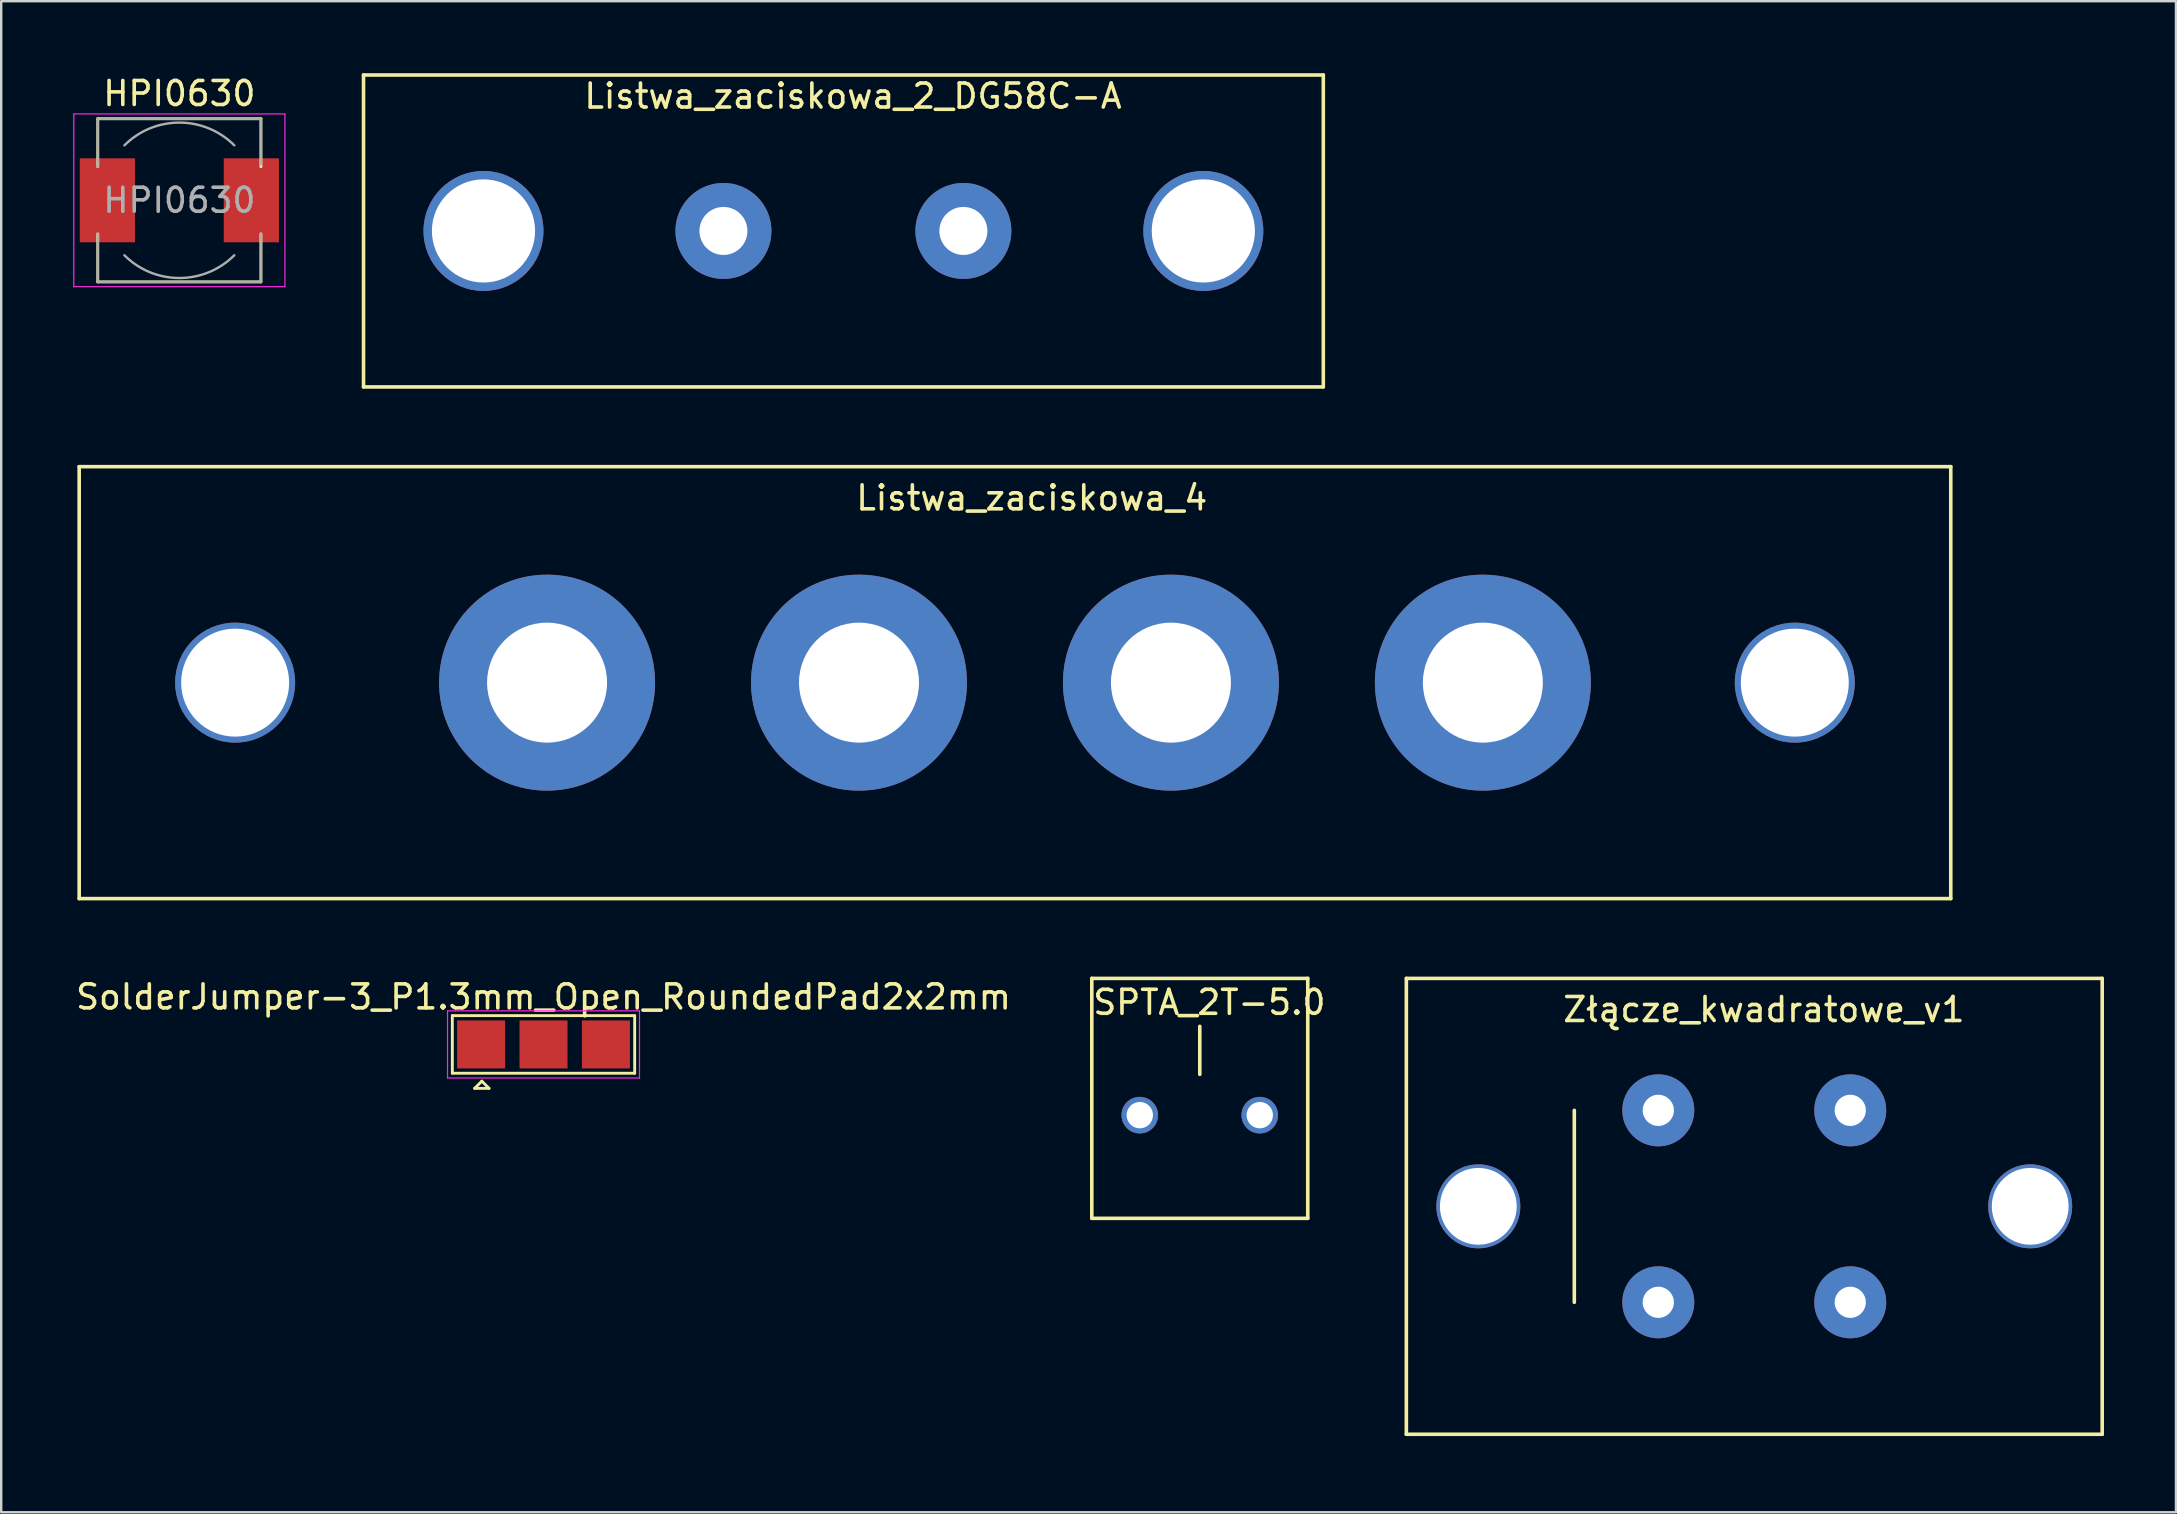
<source format=kicad_pcb>
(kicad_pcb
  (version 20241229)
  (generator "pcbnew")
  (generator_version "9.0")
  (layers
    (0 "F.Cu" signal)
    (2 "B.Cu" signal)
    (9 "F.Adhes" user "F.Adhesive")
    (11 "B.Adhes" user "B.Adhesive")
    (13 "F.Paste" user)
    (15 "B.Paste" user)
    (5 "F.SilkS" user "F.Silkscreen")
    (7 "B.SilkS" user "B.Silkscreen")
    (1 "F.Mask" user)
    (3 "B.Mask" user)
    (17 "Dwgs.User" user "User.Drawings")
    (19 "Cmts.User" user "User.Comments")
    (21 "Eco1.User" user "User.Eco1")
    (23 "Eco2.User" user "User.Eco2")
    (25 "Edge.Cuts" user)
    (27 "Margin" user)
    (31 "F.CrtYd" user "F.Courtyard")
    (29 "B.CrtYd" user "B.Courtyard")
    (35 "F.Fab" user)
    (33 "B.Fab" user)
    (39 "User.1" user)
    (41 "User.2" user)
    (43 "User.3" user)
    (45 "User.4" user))
  (footprint "SolderJumper-3_P1.3mm_Open_RoundedPad2x2mm"
    (layer "F.Cu")
    (at 19.601 40.478)
    (property "Reference" "SolderJumper-3_P1.3mm_Open_RoundedPad2x2mm" (at 0 -1.98 0) (layer "F.SilkS") (effects (font (size 1 1) (thickness 0.15))))
    (attr exclude_from_pos_files exclude_from_bom)
    (fp_line (start -3.8 -1.2) (end 3.8 -1.2) (stroke (width 0.12) (type solid)) (layer "F.SilkS"))
    (fp_line (start -3.8 1.2) (end -3.8 -1.2) (stroke (width 0.12) (type solid)) (layer "F.SilkS"))
    (fp_line (start -2.87 1.83) (end -2.27 1.83) (stroke (width 0.12) (type solid)) (layer "F.SilkS"))
    (fp_line (start -2.57 1.53) (end -2.87 1.83) (stroke (width 0.12) (type solid)) (layer "F.SilkS"))
    (fp_line (start -2.57 1.53) (end -2.27 1.83) (stroke (width 0.12) (type solid)) (layer "F.SilkS"))
    (fp_line (start 3.8 -1.2) (end 3.8 1.2) (stroke (width 0.12) (type solid)) (layer "F.SilkS"))
    (fp_line (start 3.8 1.2) (end -3.8 1.2) (stroke (width 0.12) (type solid)) (layer "F.SilkS"))
    (fp_line (start -4 -1.4) (end -4 1.4) (stroke (width 0.05) (type solid)) (layer "F.CrtYd"))
    (fp_line (start -4 -1.4) (end 4 -1.4) (stroke (width 0.05) (type solid)) (layer "F.CrtYd"))
    (fp_line (start 4 1.4) (end -4 1.4) (stroke (width 0.05) (type solid)) (layer "F.CrtYd"))
    (fp_line (start 4 1.4) (end 4 -1.4) (stroke (width 0.05) (type solid)) (layer "F.CrtYd"))
    (pad "1" smd custom (at -2.6 0) (size 2 2) (layers "F.Cu" "F.Mask") (options (anchor rect)) (primitives (gr_circle (center 0 0.25) (end 0.5 0.25) (width 0) (fill yes)) (gr_circle (center 0 -0.25) (end 0.5 -0.25) (width 0) (fill yes)) (gr_poly (pts (xy 0.55 -0.75) (xy 0 -0.75) (xy 0 0.75) (xy 0.55 0.75)) (width 0) (fill yes))))
    (pad "2" smd rect (at 0 0) (size 2 2) (layers "F.Cu" "F.Mask"))
    (pad "3" smd custom (at 2.6 0) (size 2 2) (layers "F.Cu" "F.Mask") (options (anchor rect)) (primitives (gr_circle (center 0 0.25) (end 0.5 0.25) (width 0) (fill yes)) (gr_circle (center 0 -0.25) (end 0.5 -0.25) (width 0) (fill yes)) (gr_poly (pts (xy -0.55 -0.75) (xy 0 -0.75) (xy 0 0.75) (xy -0.55 0.75)) (width 0) (fill yes)))))
  (footprint "HPI0630"
    (layer "F.Cu")
    (at 4.425 5.298)
    (property "Reference" "HPI0630" (at 0 -4.45 0) (layer "F.SilkS") (effects (font (size 1 1) (thickness 0.15))))
    (attr smd)
    (fp_line (start -3.4 -3.4) (end 3.4 -3.4) (stroke (width 0.12) (type solid)) (layer "F.SilkS"))
    (fp_line (start -3.4 -1.4) (end -3.4 -3.4) (stroke (width 0.12) (type solid)) (layer "F.SilkS"))
    (fp_line (start -3.4 3.4) (end -3.4 1.4) (stroke (width 0.12) (type solid)) (layer "F.SilkS"))
    (fp_line (start 3.4 -3.4) (end 3.4 -1.4) (stroke (width 0.12) (type solid)) (layer "F.SilkS"))
    (fp_line (start 3.4 1.4) (end 3.4 3.4) (stroke (width 0.12) (type solid)) (layer "F.SilkS"))
    (fp_line (start 3.4 3.4) (end -3.4 3.4) (stroke (width 0.12) (type solid)) (layer "F.SilkS"))
    (fp_line (start -4.4 -3.6) (end -4.4 3.6) (stroke (width 0.05) (type solid)) (layer "F.CrtYd"))
    (fp_line (start -4.4 3.6) (end 4.4 3.6) (stroke (width 0.05) (type solid)) (layer "F.CrtYd"))
    (fp_line (start 4.4 -3.6) (end -4.4 -3.6) (stroke (width 0.05) (type solid)) (layer "F.CrtYd"))
    (fp_line (start 4.4 3.6) (end 4.4 -3.6) (stroke (width 0.05) (type solid)) (layer "F.CrtYd"))
    (fp_line (start -3.4 -3.4) (end -3.4 -1.4) (stroke (width 0.1) (type solid)) (layer "F.Fab"))
    (fp_line (start -3.4 3.4) (end -3.4 1.4) (stroke (width 0.1) (type solid)) (layer "F.Fab"))
    (fp_line (start -3.3 -3.4) (end 3.4 -3.4) (stroke (width 0.1) (type solid)) (layer "F.Fab"))
    (fp_line (start 3.4 -3.4) (end 3.4 -1.5) (stroke (width 0.1) (type solid)) (layer "F.Fab"))
    (fp_line (start 3.4 3.4) (end -3.4 3.4) (stroke (width 0.1) (type solid)) (layer "F.Fab"))
    (fp_line (start 3.4 3.4) (end 3.4 1.4) (stroke (width 0.1) (type solid)) (layer "F.Fab"))
    (fp_arc (start -2.29 -2.29) (mid 0 -3.238549) (end 2.29 -2.29) (stroke (width 0.1) (type solid)) (layer "F.Fab"))
    (fp_arc (start 2.29 2.29) (mid 0 3.238549) (end -2.29 2.29) (stroke (width 0.1) (type solid)) (layer "F.Fab"))
    (fp_text user "${REFERENCE}" (at 0 0 0) (layer "F.Fab") (effects (font (size 1 1) (thickness 0.15))))
    (pad "1" smd rect (at -3 0) (size 2.3 3.5) (layers "F.Cu" "F.Mask" "F.Paste"))
    (pad "2" smd rect (at 3 0) (size 2.3 3.5) (layers "F.Cu" "F.Mask" "F.Paste")))
  (footprint "Listwa_zaciskowa_2_DG58C-A"
    (layer "F.Cu")
    (at 12.1 13.075)
    (property "Reference" "Listwa_zaciskowa_2_DG58C-A" (at 20.4 -12.12 0) (layer "F.SilkS") (effects (font (size 1 1) (thickness 0.15))))
    (attr through_hole)
    (fp_line (start 0 -13) (end 40 -13) (stroke (width 0.15) (type solid)) (layer "F.SilkS"))
    (fp_line (start 0 0) (end 0 -13) (stroke (width 0.15) (type solid)) (layer "F.SilkS"))
    (fp_line (start 0 0) (end 40 0) (stroke (width 0.15) (type solid)) (layer "F.SilkS"))
    (fp_line (start 40 -13) (end 40 0) (stroke (width 0.15) (type solid)) (layer "F.SilkS"))
    (pad "" np_thru_hole circle (at 5 -6.5) (size 5 5) (drill 4.3) (layers "*.Cu" "*.Mask"))
    (pad "" np_thru_hole circle (at 35 -6.5) (size 5 5) (drill 4.3) (layers "*.Cu" "*.Mask"))
    (pad "1" thru_hole circle (at 15 -6.5) (size 4 4) (drill 2) (layers "*.Cu" "*.Mask"))
    (pad "2" thru_hole circle (at 25 -6.5) (size 4 4) (drill 2) (layers "*.Cu" "*.Mask")))
  (footprint "Złącze_kwadratowe_v1"
    (layer "F.Cu")
    (at 55.561 56.725)
    (property "Reference" "Złącze_kwadratowe_v1" (at 14.9 -17.7 0) (layer "F.SilkS") (effects (font (size 1 1) (thickness 0.15))))
    (attr through_hole)
    (fp_line (start 0 -19) (end 29 -19) (stroke (width 0.15) (type solid)) (layer "F.SilkS"))
    (fp_line (start 0 0) (end 0 -19) (stroke (width 0.15) (type solid)) (layer "F.SilkS"))
    (fp_line (start 7 -13.5) (end 7 -5.5) (stroke (width 0.15) (type solid)) (layer "F.SilkS"))
    (fp_line (start 29 -19) (end 29 0) (stroke (width 0.15) (type solid)) (layer "F.SilkS"))
    (fp_line (start 29 0) (end 0 0) (stroke (width 0.15) (type solid)) (layer "F.SilkS"))
    (pad "" np_thru_hole circle (at 3 -9.5) (size 3.5 3.5) (drill 3.2) (layers "*.Cu" "*.Mask"))
    (pad "" np_thru_hole circle (at 26 -9.5) (size 3.5 3.5) (drill 3.2) (layers "*.Cu" "*.Mask"))
    (pad "1" thru_hole circle (at 10.5 -5.5) (size 3 3) (drill 1.3) (layers "*.Cu" "*.Mask"))
    (pad "2" thru_hole circle (at 18.5 -13.5) (size 3 3) (drill 1.3) (layers "*.Cu" "*.Mask"))
    (pad "3" thru_hole circle (at 18.5 -5.5) (size 3 3) (drill 1.3) (layers "*.Cu" "*.Mask"))
    (pad "4" thru_hole circle (at 10.5 -13.5) (size 3 3) (drill 1.3) (layers "*.Cu" "*.Mask")))
  (footprint "Listwa_zaciskowa_4"
    (layer "F.Cu")
    (at 0.25 34.4)
    (property "Reference" "Listwa_zaciskowa_4" (at 39.7 -16.7 0) (layer "F.SilkS") (effects (font (size 1 1) (thickness 0.15))))
    (attr through_hole)
    (fp_line (start 0 -18) (end 78 -18) (stroke (width 0.15) (type solid)) (layer "F.SilkS"))
    (fp_line (start 0 0) (end 0 -18) (stroke (width 0.15) (type solid)) (layer "F.SilkS"))
    (fp_line (start 0 0) (end 78 0) (stroke (width 0.15) (type solid)) (layer "F.SilkS"))
    (fp_line (start 78 -18) (end 78 0) (stroke (width 0.15) (type solid)) (layer "F.SilkS"))
    (pad "" np_thru_hole circle (at 6.5 -9) (size 5 5) (drill 4.5) (layers "*.Cu" "*.Mask"))
    (pad "" np_thru_hole circle (at 71.5 -9) (size 5 5) (drill 4.5) (layers "*.Cu" "*.Mask"))
    (pad "1" thru_hole circle (at 19.5 -9) (size 9 9) (drill 5) (layers "*.Cu" "*.Mask"))
    (pad "2" thru_hole circle (at 32.5 -9) (size 9 9) (drill 5) (layers "*.Cu" "*.Mask"))
    (pad "3" thru_hole circle (at 45.5 -9) (size 9 9) (drill 5) (layers "*.Cu" "*.Mask"))
    (pad "4" thru_hole circle (at 58.5 -9) (size 9 9) (drill 5) (layers "*.Cu" "*.Mask")))
  (footprint "SPTA_2T-5.0"
    (layer "F.Cu")
    (at 42.452 47.725)
    (property "Reference" "SPTA_2T-5.0" (at 4.9 -9 0) (layer "F.SilkS") (effects (font (size 1 1) (thickness 0.15))))
    (attr through_hole)
    (fp_line (start 0 -10) (end 9 -10) (stroke (width 0.15) (type solid)) (layer "F.SilkS"))
    (fp_line (start 0 0) (end 0 -10) (stroke (width 0.15) (type solid)) (layer "F.SilkS"))
    (fp_line (start 4.5 -6) (end 4.5 -8) (stroke (width 0.15) (type solid)) (layer "F.SilkS"))
    (fp_line (start 9 -10) (end 9 0) (stroke (width 0.15) (type solid)) (layer "F.SilkS"))
    (fp_line (start 9 0) (end 0 0) (stroke (width 0.15) (type solid)) (layer "F.SilkS"))
    (pad "1" thru_hole circle (at 2 -4.3) (size 1.524 1.524) (drill 1.1) (layers "*.Cu" "*.Mask"))
    (pad "2" thru_hole circle (at 7 -4.3) (size 1.524 1.524) (drill 1.1) (layers "*.Cu" "*.Mask")))
  (gr_rect
    (start -3 -3)
    (end 87.636 59.975)
    (stroke (width 0.1) (type default))
    (fill no)
    (layer "Edge.Cuts")))
</source>
